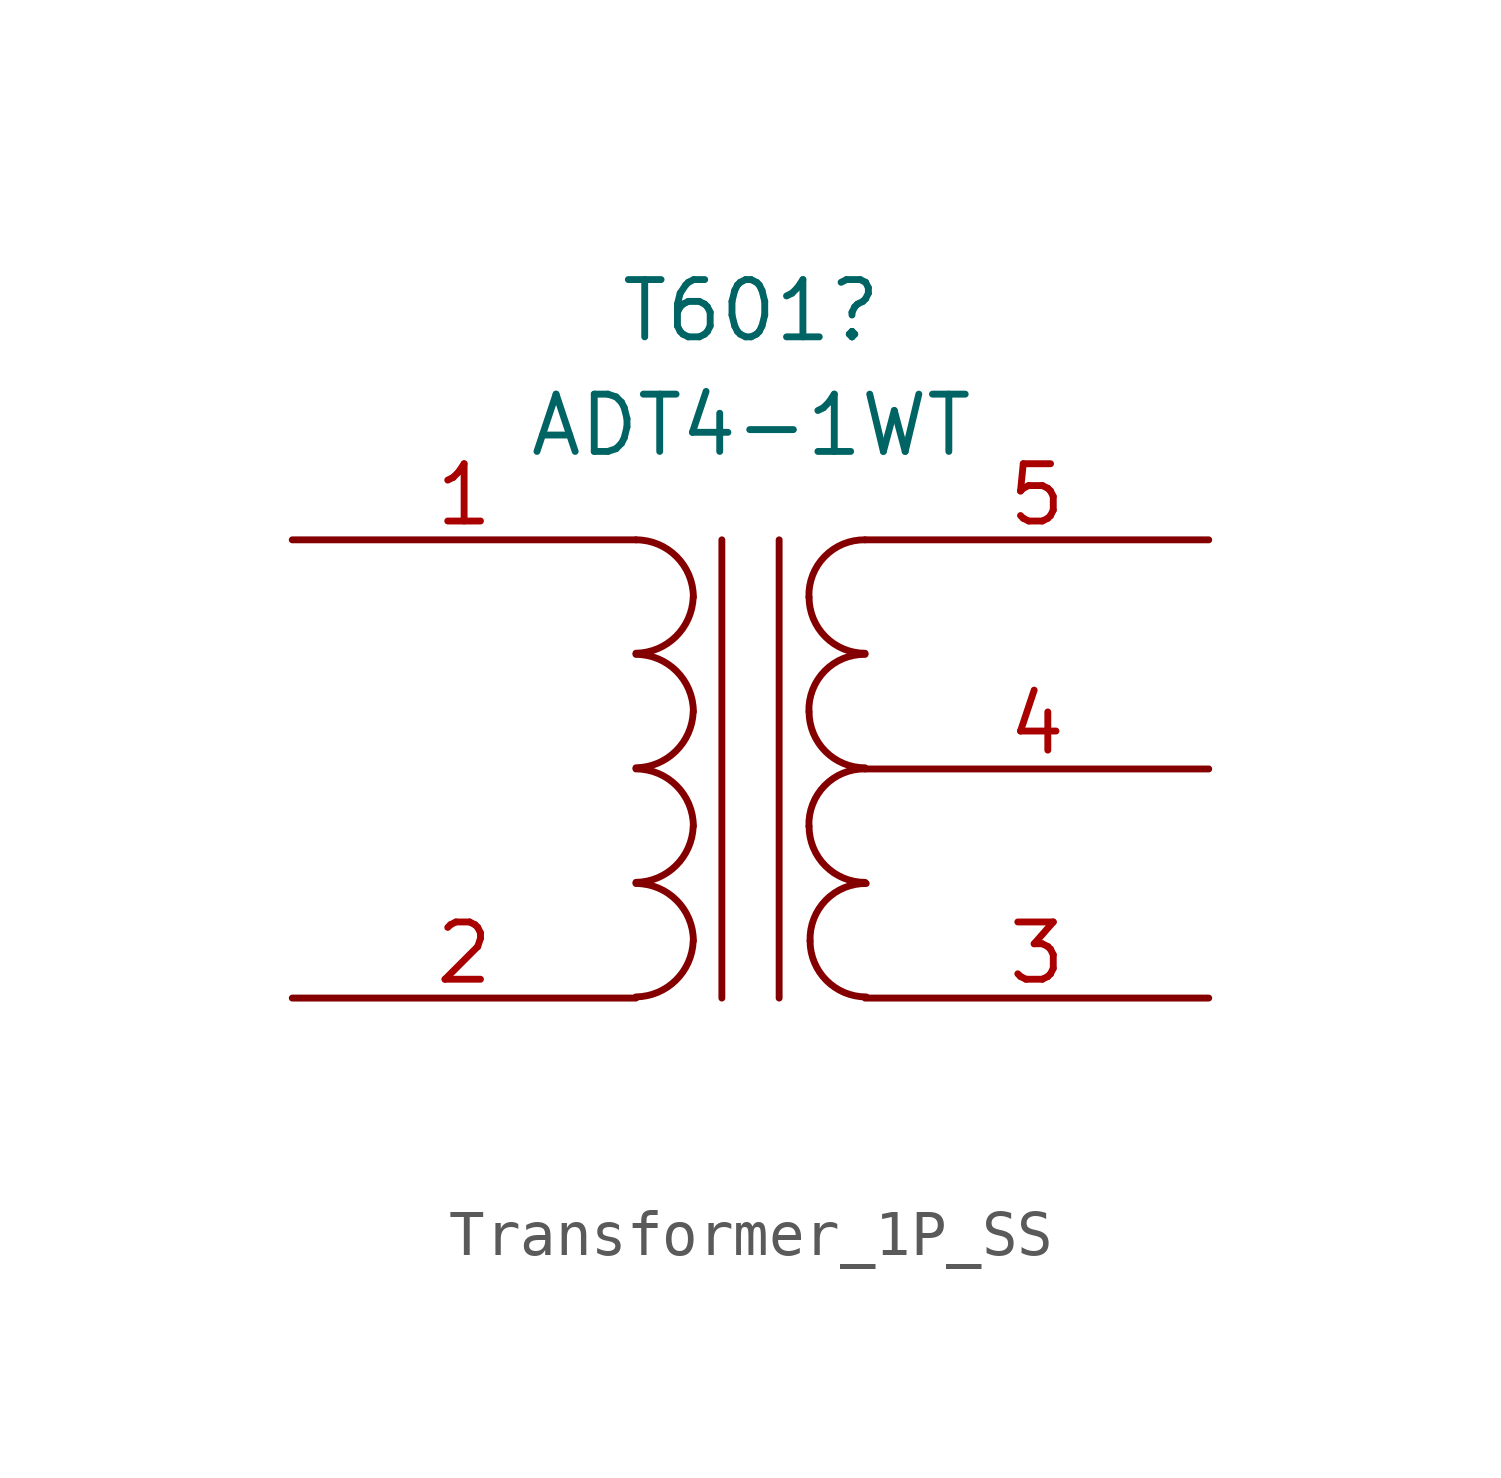
<source format=kicad_sym>
(kicad_symbol_lib
  (version 20241209)
  (generator "kicad_symbol_editor")
  (generator_version "9.0")
  (symbol "Transformer_1P_SS"
    (pin_names
      (offset 1.016)
      (hide yes))
    (property "Reference" "T601"
      (at 0.013 10.16 0)
      (effects (font (size 1.27 1.27))))
    (property "Value" "ADT4-1WT"
      (at 0.013 7.62 0)
      (effects (font (size 1.27 1.27))))
    (symbol "Transformer_1P_SS_0_1"
      (arc (start -1.27 3.81) (mid -1.656 2.9336) (end -2.54 2.5654) (stroke (width 0) (type default)) (fill (type none)))
      (arc (start -1.27 1.27) (mid -1.656 0.3936) (end -2.54 0.0254) (stroke (width 0) (type default)) (fill (type none)))
      (arc (start -1.27 -1.27) (mid -1.656 -2.1464) (end -2.54 -2.5146) (stroke (width 0) (type default)) (fill (type none)))
      (arc (start -1.27 -3.81) (mid -1.656 -4.6864) (end -2.54 -5.0546) (stroke (width 0) (type default)) (fill (type none)))
      (arc (start -2.54 5.08) (mid -1.642 4.708) (end -1.27 3.81) (stroke (width 0) (type default)) (fill (type none)))
      (arc (start -2.54 2.54) (mid -1.642 2.168) (end -1.27 1.27) (stroke (width 0) (type default)) (fill (type none)))
      (arc (start -2.54 0) (mid -1.642 -0.372) (end -1.27 -1.27) (stroke (width 0) (type default)) (fill (type none)))
      (arc (start -2.54 -2.54) (mid -1.642 -2.912) (end -1.27 -3.81) (stroke (width 0) (type default)) (fill (type none)))
      (polyline (pts (xy -0.635 5.08) (xy -0.635 -5.08)) (stroke (width 0) (type default)) (fill (type none)))
      (polyline (pts (xy 0.635 -5.08) (xy 0.635 5.08)) (stroke (width 0) (type default)) (fill (type none)))
      (arc (start 1.2954 3.81) (mid 1.6457 4.7117) (end 2.54 5.08) (stroke (width 0) (type default)) (fill (type none)))
      (arc (start 1.2954 1.27) (mid 1.6457 2.1717) (end 2.54 2.54) (stroke (width 0) (type default)) (fill (type none)))
      (arc (start 1.2954 -1.27) (mid 1.6457 -0.3683) (end 2.54 0) (stroke (width 0) (type default)) (fill (type none)))
      (arc (start 2.54 2.5654) (mid 1.6599 2.9299) (end 1.2954 3.81) (stroke (width 0) (type default)) (fill (type none)))
      (arc (start 2.54 0.0254) (mid 1.6599 0.3899) (end 1.2954 1.27) (stroke (width 0) (type default)) (fill (type none)))
      (arc (start 2.54 -2.5146) (mid 1.6599 -2.1501) (end 1.2954 -1.27) (stroke (width 0) (type default)) (fill (type none)))
      (arc (start 1.3208 -3.81) (mid 1.6711 -2.9085) (end 2.5654 -2.54) (stroke (width 0) (type default)) (fill (type none)))
      (arc (start 2.5654 -5.0546) (mid 1.6851 -4.6902) (end 1.3208 -3.81) (stroke (width 0) (type default)) (fill (type none))))
    (symbol "Transformer_1P_SS_1_1"
      (pin passive line (at -10.16 5.08 0) (length 7.62) (name "AA" (effects (font (size 1.27 1.27)))) (number "1" (effects (font (size 1.27 1.27)))))
      (pin passive line (at -10.16 -5.08 0) (length 7.62) (name "AB" (effects (font (size 1.27 1.27)))) (number "2" (effects (font (size 1.27 1.27)))))
      (pin no_connect line (at 0 -7.62 0) (length 2.54) (hide yes) (name "NC" (effects (font (size 1.27 1.27)))) (number "6" (effects (font (size 1.27 1.27)))))
      (pin passive line (at 10.16 5.08 180) (length 7.62) (name "SB" (effects (font (size 1.27 1.27)))) (number "5" (effects (font (size 1.27 1.27)))))
      (pin passive line (at 10.16 0 180) (length 7.62) (name "SC" (effects (font (size 1.27 1.27)))) (number "4" (effects (font (size 1.27 1.27)))))
      (pin passive line (at 10.16 -5.08 180) (length 7.62) (name "SA" (effects (font (size 1.27 1.27)))) (number "3" (effects (font (size 1.27 1.27))))))))
</source>
